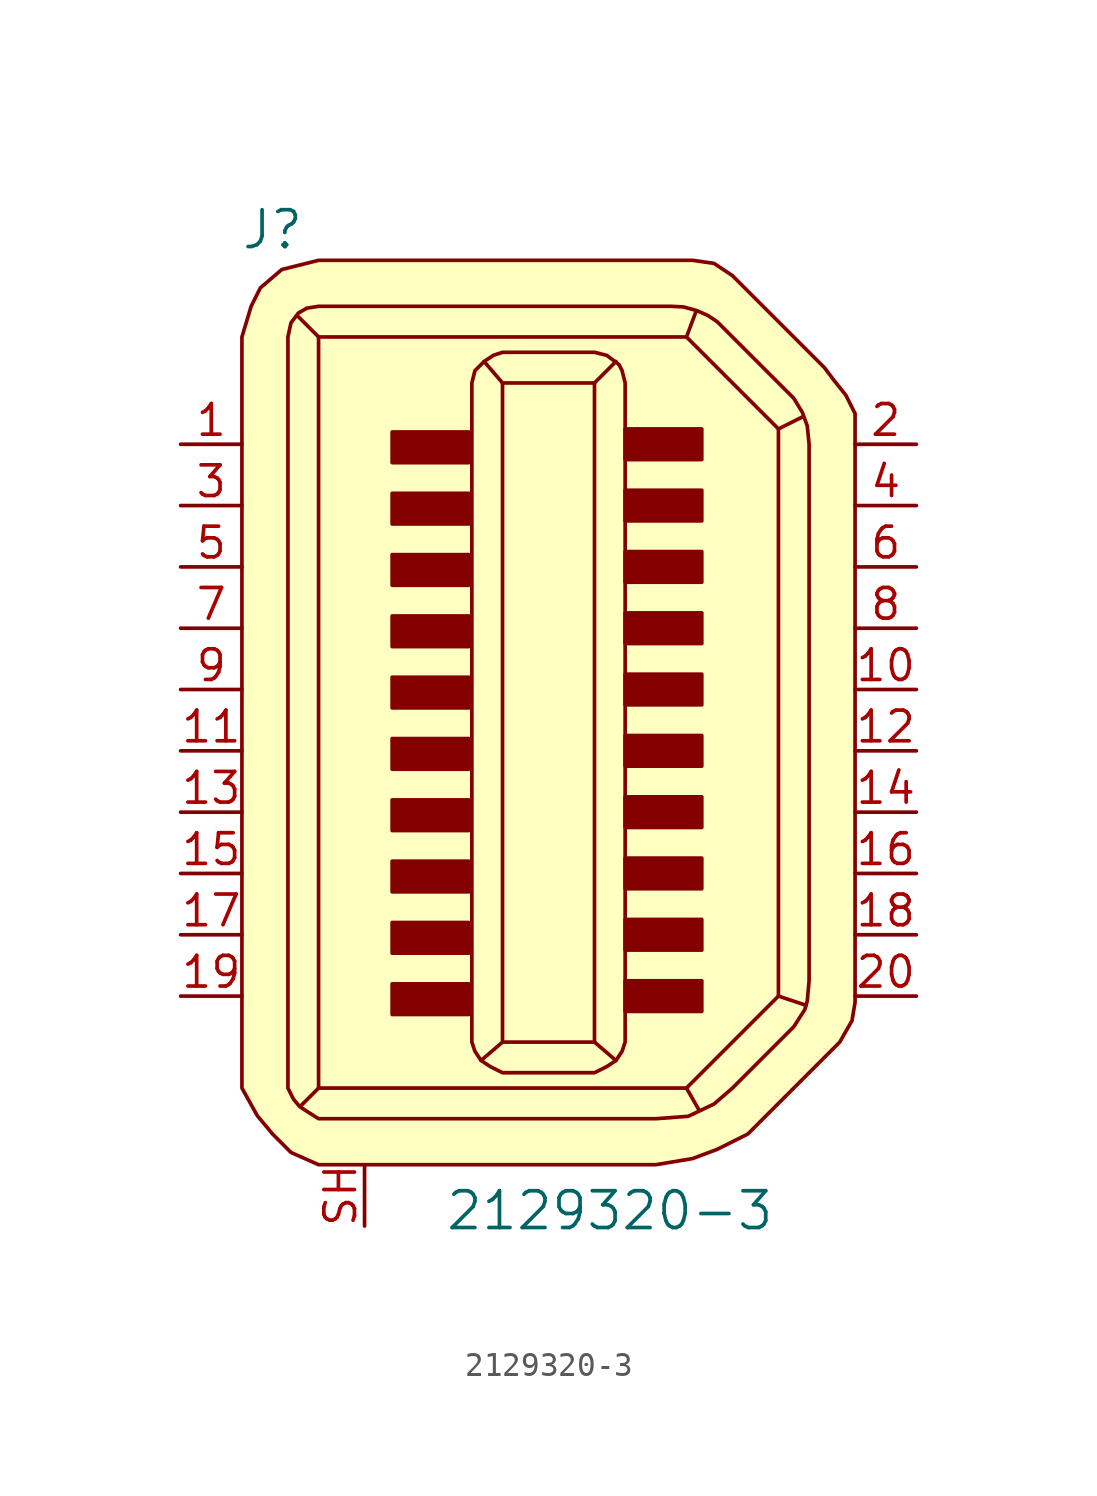
<source format=kicad_sym>
(kicad_symbol_lib
  (version 20211014)
  (generator kicad_symbol_editor)
  (symbol "2129320-3"
    (pin_names
      (offset 1.016))
    (property "Reference" "J"
      (at -11.43 19.05 0)
      (effects (font (size 1.524 1.524))))
    (property "Value" "2129320-3"
      (at 2.54 -21.59 0)
      (effects (font (size 1.524 1.524))))
    (symbol "2129320-3_0_1"
      (rectangle (start -3.302 -12.192) (end -6.477 -13.462) (stroke (width 0) (type default) (color 0 0 0 0)) (fill (type outline)))
      (rectangle (start -3.302 -9.652) (end -6.477 -10.922) (stroke (width 0) (type default) (color 0 0 0 0)) (fill (type outline)))
      (rectangle (start -3.302 -7.112) (end -6.477 -8.382) (stroke (width 0) (type default) (color 0 0 0 0)) (fill (type outline)))
      (rectangle (start -3.302 -4.572) (end -6.477 -5.842) (stroke (width 0) (type default) (color 0 0 0 0)) (fill (type outline)))
      (rectangle (start -3.302 -2.032) (end -6.477 -3.302) (stroke (width 0) (type default) (color 0 0 0 0)) (fill (type outline)))
      (rectangle (start -3.302 0.508) (end -6.477 -0.762) (stroke (width 0) (type default) (color 0 0 0 0)) (fill (type outline)))
      (rectangle (start -3.302 3.048) (end -6.477 1.778) (stroke (width 0) (type default) (color 0 0 0 0)) (fill (type outline)))
      (rectangle (start -3.302 5.588) (end -6.477 4.318) (stroke (width 0) (type default) (color 0 0 0 0)) (fill (type outline)))
      (rectangle (start -3.302 8.128) (end -6.477 6.858) (stroke (width 0) (type default) (color 0 0 0 0)) (fill (type outline)))
      (rectangle (start -3.302 10.668) (end -6.477 9.398) (stroke (width 0) (type default) (color 0 0 0 0)) (fill (type outline)))
      (polyline (pts (xy -9.525 -16.51) (xy -10.287 -17.272)) (stroke (width 0) (type default) (color 0 0 0 0)) (fill (type none)))
      (polyline (pts (xy -9.525 14.605) (xy -10.414 15.494)) (stroke (width 0) (type default) (color 0 0 0 0)) (fill (type none)))
      (polyline (pts (xy -1.905 -14.605) (xy -2.794 -15.367)) (stroke (width 0) (type default) (color 0 0 0 0)) (fill (type none)))
      (polyline (pts (xy -1.905 12.7) (xy -2.667 13.589)) (stroke (width 0) (type default) (color 0 0 0 0)) (fill (type none)))
      (polyline (pts (xy 1.905 -14.605) (xy 2.794 -15.367)) (stroke (width 0) (type default) (color 0 0 0 0)) (fill (type none)))
      (polyline (pts (xy 1.905 12.7) (xy 2.794 13.589)) (stroke (width 0) (type default) (color 0 0 0 0)) (fill (type none)))
      (polyline (pts (xy 5.715 -16.51) (xy 6.223 -17.399)) (stroke (width 0) (type default) (color 0 0 0 0)) (fill (type none)))
      (polyline (pts (xy 5.715 14.605) (xy 6.096 15.621)) (stroke (width 0) (type default) (color 0 0 0 0)) (fill (type none)))
      (polyline (pts (xy 9.525 -12.7) (xy 10.668 -13.081)) (stroke (width 0) (type default) (color 0 0 0 0)) (fill (type none)))
      (polyline (pts (xy 9.525 10.795) (xy 10.541 11.303)) (stroke (width 0) (type default) (color 0 0 0 0)) (fill (type none)))
      (polyline (pts (xy -9.525 -16.51) (xy 5.715 -16.51) (xy 9.525 -12.7) (xy 9.525 10.795) (xy 5.715 14.605) (xy -9.525 14.605) (xy -9.525 -16.51)) (stroke (width 0) (type default) (color 0 0 0 0)) (fill (type background)))
      (polyline (pts (xy 1.905 -15.875) (xy -1.905 -15.875) (xy -2.413 -15.621) (xy -2.794 -15.367) (xy -3.048 -14.986) (xy -3.175 -14.605) (xy -3.175 12.7) (xy -3.048 13.208) (xy -2.667 13.589) (xy -2.286 13.843) (xy -1.905 13.97) (xy 1.905 13.97) (xy 2.413 13.843) (xy 2.921 13.462) (xy 3.048 13.208) (xy 3.175 12.7) (xy 3.175 -14.605) (xy 3.048 -14.986) (xy 2.794 -15.367) (xy 2.413 -15.621) (xy 1.905 -15.875)) (stroke (width 0) (type default) (color 0 0 0 0)) (fill (type background)))
      (polyline (pts (xy -1.905 -19.685) (xy -9.525 -19.685) (xy -10.668 -19.177) (xy -11.43 -18.415) (xy -12.065 -17.653) (xy -12.7 -16.51) (xy -12.7 14.605) (xy -12.319 15.875) (xy -11.938 16.637) (xy -11.049 17.399) (xy -9.525 17.78) (xy 5.08 17.78) (xy 5.969 17.78) (xy 6.858 17.653) (xy 7.62 17.145) (xy 11.43 13.335) (xy 11.811 12.827) (xy 12.319 12.192) (xy 12.7 11.43) (xy 12.7 -12.065) (xy 12.7 -12.954) (xy 12.573 -13.716) (xy 12.065 -14.605) (xy 8.255 -18.415) (xy 6.985 -19.05) (xy 5.969 -19.431) (xy 4.445 -19.685) (xy -1.905 -19.685)) (stroke (width 0) (type default) (color 0 0 0 0)) (fill (type background)))
      (polyline (pts (xy -2.54 -17.78) (xy -9.525 -17.78) (xy -10.008 -17.475) (xy -10.312 -17.272) (xy -10.566 -16.967) (xy -10.795 -16.51) (xy -10.795 14.605) (xy -10.668 15.189) (xy -10.363 15.596) (xy -10.008 15.799) (xy -9.525 15.875) (xy 5.08 15.875) (xy 5.588 15.85) (xy 6.147 15.697) (xy 6.604 15.494) (xy 6.985 15.24) (xy 10.16 12.065) (xy 10.516 11.481) (xy 10.719 10.922) (xy 10.795 10.16) (xy 10.795 -12.065) (xy 10.719 -12.903) (xy 10.617 -13.259) (xy 10.16 -13.97) (xy 7.62 -16.51) (xy 6.858 -17.17) (xy 5.791 -17.678) (xy 4.445 -17.78) (xy -2.54 -17.78)) (stroke (width 0) (type default) (color 0 0 0 0)) (fill (type none)))
      (rectangle (start 1.905 12.7) (end -1.905 -14.605) (stroke (width 0) (type default) (color 0 0 0 0)) (fill (type none)))
      (rectangle (start 6.35 -12.065) (end 3.175 -13.335) (stroke (width 0) (type default) (color 0 0 0 0)) (fill (type outline)))
      (rectangle (start 6.35 -9.525) (end 3.175 -10.795) (stroke (width 0) (type default) (color 0 0 0 0)) (fill (type outline)))
      (rectangle (start 6.35 -6.985) (end 3.175 -8.255) (stroke (width 0) (type default) (color 0 0 0 0)) (fill (type outline)))
      (rectangle (start 6.35 -4.445) (end 3.175 -5.715) (stroke (width 0) (type default) (color 0 0 0 0)) (fill (type outline)))
      (rectangle (start 6.35 -1.905) (end 3.175 -3.175) (stroke (width 0) (type default) (color 0 0 0 0)) (fill (type outline)))
      (rectangle (start 6.35 0.635) (end 3.175 -0.635) (stroke (width 0) (type default) (color 0 0 0 0)) (fill (type outline)))
      (rectangle (start 6.35 3.175) (end 3.175 1.905) (stroke (width 0) (type default) (color 0 0 0 0)) (fill (type outline)))
      (rectangle (start 6.35 5.715) (end 3.175 4.445) (stroke (width 0) (type default) (color 0 0 0 0)) (fill (type outline)))
      (rectangle (start 6.35 8.255) (end 3.175 6.985) (stroke (width 0) (type default) (color 0 0 0 0)) (fill (type outline)))
      (rectangle (start 6.35 10.795) (end 3.175 9.525) (stroke (width 0) (type default) (color 0 0 0 0)) (fill (type outline))))
    (symbol "2129320-3_1_1"
      (pin passive line (at -15.24 10.16 0) (length 2.54) (name "~" (effects (font (size 1.27 1.27)))) (number "1" (effects (font (size 1.27 1.27)))))
      (pin passive line (at 15.24 0 180) (length 2.54) (name "~" (effects (font (size 1.27 1.27)))) (number "10" (effects (font (size 1.27 1.27)))))
      (pin passive line (at -15.24 -2.54 0) (length 2.54) (name "~" (effects (font (size 1.27 1.27)))) (number "11" (effects (font (size 1.27 1.27)))))
      (pin passive line (at 15.24 -2.54 180) (length 2.54) (name "~" (effects (font (size 1.27 1.27)))) (number "12" (effects (font (size 1.27 1.27)))))
      (pin passive line (at -15.24 -5.08 0) (length 2.54) (name "~" (effects (font (size 1.27 1.27)))) (number "13" (effects (font (size 1.27 1.27)))))
      (pin passive line (at 15.24 -5.08 180) (length 2.54) (name "~" (effects (font (size 1.27 1.27)))) (number "14" (effects (font (size 1.27 1.27)))))
      (pin passive line (at -15.24 -7.62 0) (length 2.54) (name "~" (effects (font (size 1.27 1.27)))) (number "15" (effects (font (size 1.27 1.27)))))
      (pin passive line (at 15.24 -7.62 180) (length 2.54) (name "~" (effects (font (size 1.27 1.27)))) (number "16" (effects (font (size 1.27 1.27)))))
      (pin passive line (at -15.24 -10.16 0) (length 2.54) (name "~" (effects (font (size 1.27 1.27)))) (number "17" (effects (font (size 1.27 1.27)))))
      (pin passive line (at 15.24 -10.16 180) (length 2.54) (name "~" (effects (font (size 1.27 1.27)))) (number "18" (effects (font (size 1.27 1.27)))))
      (pin passive line (at -15.24 -12.7 0) (length 2.54) (name "~" (effects (font (size 1.27 1.27)))) (number "19" (effects (font (size 1.27 1.27)))))
      (pin passive line (at 15.24 10.16 180) (length 2.54) (name "~" (effects (font (size 1.27 1.27)))) (number "2" (effects (font (size 1.27 1.27)))))
      (pin passive line (at 15.24 -12.7 180) (length 2.54) (name "~" (effects (font (size 1.27 1.27)))) (number "20" (effects (font (size 1.27 1.27)))))
      (pin passive line (at -15.24 7.62 0) (length 2.54) (name "~" (effects (font (size 1.27 1.27)))) (number "3" (effects (font (size 1.27 1.27)))))
      (pin passive line (at 15.24 7.62 180) (length 2.54) (name "~" (effects (font (size 1.27 1.27)))) (number "4" (effects (font (size 1.27 1.27)))))
      (pin passive line (at -15.24 5.08 0) (length 2.54) (name "~" (effects (font (size 1.27 1.27)))) (number "5" (effects (font (size 1.27 1.27)))))
      (pin passive line (at 15.24 5.08 180) (length 2.54) (name "~" (effects (font (size 1.27 1.27)))) (number "6" (effects (font (size 1.27 1.27)))))
      (pin passive line (at -15.24 2.54 0) (length 2.54) (name "~" (effects (font (size 1.27 1.27)))) (number "7" (effects (font (size 1.27 1.27)))))
      (pin passive line (at 15.24 2.54 180) (length 2.54) (name "~" (effects (font (size 1.27 1.27)))) (number "8" (effects (font (size 1.27 1.27)))))
      (pin passive line (at -15.24 0 0) (length 2.54) (name "~" (effects (font (size 1.27 1.27)))) (number "9" (effects (font (size 1.27 1.27)))))
      (pin passive line (at -7.62 -22.225 90) (length 2.54) (name "~" (effects (font (size 1.27 1.27)))) (number "SH" (effects (font (size 1.27 1.27))))))))
</source>
